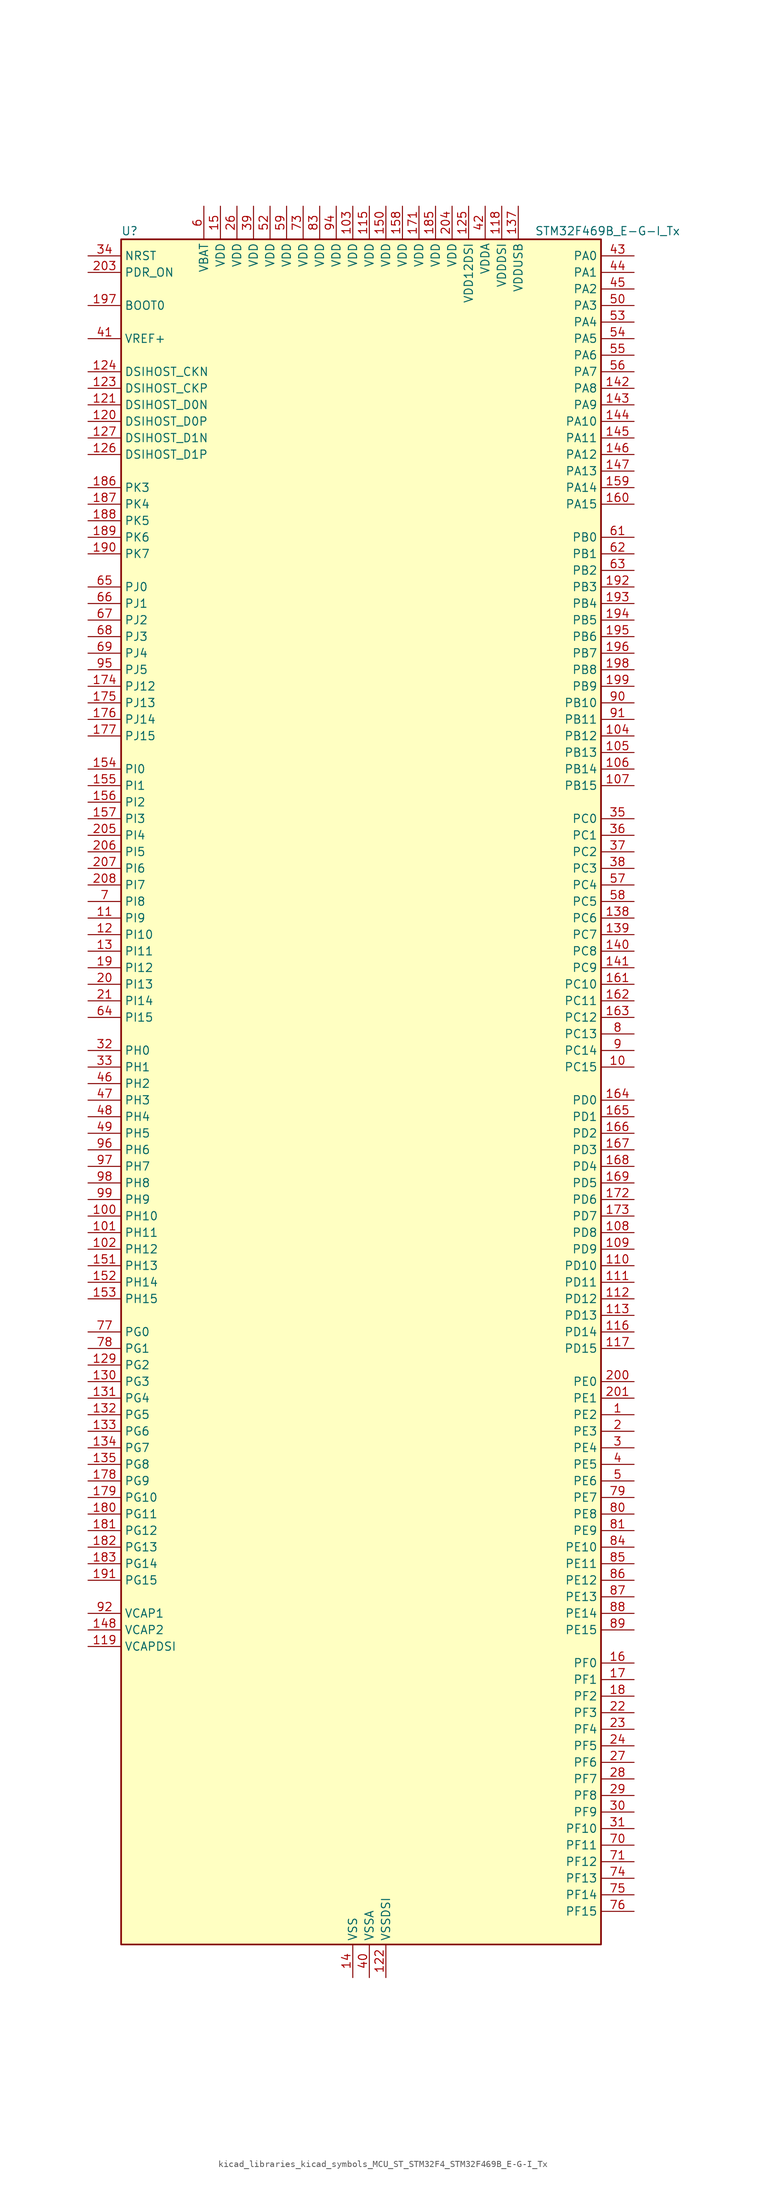
<source format=kicad_sym>
(kicad_symbol_lib
  (version 20220914)
  (generator kicad_symbol_editor)
  (symbol "kicad_libraries_kicad_symbols_MCU_ST_STM32F4_STM32F469B_E-G-I_Tx"
    (property "Reference" "U"
      (at -35.56 133.35 0)
      (effects (font (size 1.27 1.27)) (justify left)))
    (property "Value" "STM32F469B_E-G-I_Tx"
      (at 27.94 133.35 0)
      (effects (font (size 1.27 1.27)) (justify left)))
    (property "ki_locked" ""
      (at 0 0 0)
      (effects (font (size 1.27 1.27))))
    (symbol "kicad_libraries_kicad_symbols_MCU_ST_STM32F4_STM32F469B_E-G-I_Tx_0_1"
      (rectangle (start -35.56 -129.54) (end 38.1 132.08) (stroke (width 0.254) (type default)) (fill (type background))))
    (symbol "kicad_libraries_kicad_symbols_MCU_ST_STM32F4_STM32F469B_E-G-I_Tx_1_1"
      (pin bidirectional line (at 43.18 -48.26 180) (length 5.08) (name "PE2" (effects (font (size 1.27 1.27)))) (number "1" (effects (font (size 1.27 1.27)))) (alternate "ETH_TXD3" bidirectional line) (alternate "FMC_A23" bidirectional line) (alternate "QUADSPI_BK1_IO2" bidirectional line) (alternate "SAI1_MCLK_A" bidirectional line) (alternate "SPI4_SCK" bidirectional line) (alternate "SYS_TRACECLK" bidirectional line))
      (pin bidirectional line (at 43.18 5.08 180) (length 5.08) (name "PC15" (effects (font (size 1.27 1.27)))) (number "10" (effects (font (size 1.27 1.27)))) (alternate "ADC1_EXTI15" bidirectional line) (alternate "ADC2_EXTI15" bidirectional line) (alternate "ADC3_EXTI15" bidirectional line) (alternate "RCC_OSC32_OUT" bidirectional line))
      (pin bidirectional line (at -40.64 -17.78 0) (length 5.08) (name "PH10" (effects (font (size 1.27 1.27)))) (number "100" (effects (font (size 1.27 1.27)))) (alternate "DCMI_D1" bidirectional line) (alternate "FMC_D18" bidirectional line) (alternate "LTDC_R4" bidirectional line) (alternate "TIM5_CH1" bidirectional line))
      (pin bidirectional line (at -40.64 -20.32 0) (length 5.08) (name "PH11" (effects (font (size 1.27 1.27)))) (number "101" (effects (font (size 1.27 1.27)))) (alternate "ADC1_EXTI11" bidirectional line) (alternate "ADC2_EXTI11" bidirectional line) (alternate "ADC3_EXTI11" bidirectional line) (alternate "DCMI_D2" bidirectional line) (alternate "FMC_D19" bidirectional line) (alternate "LTDC_R5" bidirectional line) (alternate "TIM5_CH2" bidirectional line))
      (pin bidirectional line (at -40.64 -22.86 0) (length 5.08) (name "PH12" (effects (font (size 1.27 1.27)))) (number "102" (effects (font (size 1.27 1.27)))) (alternate "DCMI_D3" bidirectional line) (alternate "FMC_D20" bidirectional line) (alternate "LTDC_R6" bidirectional line) (alternate "TIM5_CH3" bidirectional line))
      (pin power_in line (at 0 137.16 270) (length 5.08) (name "VDD" (effects (font (size 1.27 1.27)))) (number "103" (effects (font (size 1.27 1.27)))))
      (pin bidirectional line (at 43.18 55.88 180) (length 5.08) (name "PB12" (effects (font (size 1.27 1.27)))) (number "104" (effects (font (size 1.27 1.27)))) (alternate "CAN2_RX" bidirectional line) (alternate "ETH_TXD0" bidirectional line) (alternate "I2C2_SMBA" bidirectional line) (alternate "I2S2_WS" bidirectional line) (alternate "SPI2_NSS" bidirectional line) (alternate "TIM1_BKIN" bidirectional line) (alternate "USART3_CK" bidirectional line) (alternate "USB_OTG_HS_ID" bidirectional line) (alternate "USB_OTG_HS_ULPI_D5" bidirectional line))
      (pin bidirectional line (at 43.18 53.34 180) (length 5.08) (name "PB13" (effects (font (size 1.27 1.27)))) (number "105" (effects (font (size 1.27 1.27)))) (alternate "CAN2_TX" bidirectional line) (alternate "ETH_TXD1" bidirectional line) (alternate "I2S2_CK" bidirectional line) (alternate "SPI2_SCK" bidirectional line) (alternate "TIM1_CH1N" bidirectional line) (alternate "USART3_CTS" bidirectional line) (alternate "USB_OTG_HS_ULPI_D6" bidirectional line) (alternate "USB_OTG_HS_VBUS" bidirectional line))
      (pin bidirectional line (at 43.18 50.8 180) (length 5.08) (name "PB14" (effects (font (size 1.27 1.27)))) (number "106" (effects (font (size 1.27 1.27)))) (alternate "I2S2_ext_SD" bidirectional line) (alternate "SPI2_MISO" bidirectional line) (alternate "TIM12_CH1" bidirectional line) (alternate "TIM1_CH2N" bidirectional line) (alternate "TIM8_CH2N" bidirectional line) (alternate "USART3_RTS" bidirectional line) (alternate "USB_OTG_HS_DM" bidirectional line))
      (pin bidirectional line (at 43.18 48.26 180) (length 5.08) (name "PB15" (effects (font (size 1.27 1.27)))) (number "107" (effects (font (size 1.27 1.27)))) (alternate "ADC1_EXTI15" bidirectional line) (alternate "ADC2_EXTI15" bidirectional line) (alternate "ADC3_EXTI15" bidirectional line) (alternate "I2S2_SD" bidirectional line) (alternate "RTC_REFIN" bidirectional line) (alternate "SPI2_MOSI" bidirectional line) (alternate "TIM12_CH2" bidirectional line) (alternate "TIM1_CH3N" bidirectional line) (alternate "TIM8_CH3N" bidirectional line) (alternate "USB_OTG_HS_DP" bidirectional line))
      (pin bidirectional line (at 43.18 -20.32 180) (length 5.08) (name "PD8" (effects (font (size 1.27 1.27)))) (number "108" (effects (font (size 1.27 1.27)))) (alternate "FMC_D13" bidirectional line) (alternate "FMC_DA13" bidirectional line) (alternate "USART3_TX" bidirectional line))
      (pin bidirectional line (at 43.18 -22.86 180) (length 5.08) (name "PD9" (effects (font (size 1.27 1.27)))) (number "109" (effects (font (size 1.27 1.27)))) (alternate "DAC_EXTI9" bidirectional line) (alternate "FMC_D14" bidirectional line) (alternate "FMC_DA14" bidirectional line) (alternate "USART3_RX" bidirectional line))
      (pin bidirectional line (at -40.64 27.94 0) (length 5.08) (name "PI9" (effects (font (size 1.27 1.27)))) (number "11" (effects (font (size 1.27 1.27)))) (alternate "CAN1_RX" bidirectional line) (alternate "DAC_EXTI9" bidirectional line) (alternate "FMC_D30" bidirectional line) (alternate "LTDC_VSYNC" bidirectional line))
      (pin bidirectional line (at 43.18 -25.4 180) (length 5.08) (name "PD10" (effects (font (size 1.27 1.27)))) (number "110" (effects (font (size 1.27 1.27)))) (alternate "FMC_D15" bidirectional line) (alternate "FMC_DA15" bidirectional line) (alternate "LTDC_B3" bidirectional line) (alternate "USART3_CK" bidirectional line))
      (pin bidirectional line (at 43.18 -27.94 180) (length 5.08) (name "PD11" (effects (font (size 1.27 1.27)))) (number "111" (effects (font (size 1.27 1.27)))) (alternate "ADC1_EXTI11" bidirectional line) (alternate "ADC2_EXTI11" bidirectional line) (alternate "ADC3_EXTI11" bidirectional line) (alternate "FMC_A16" bidirectional line) (alternate "FMC_CLE" bidirectional line) (alternate "QUADSPI_BK1_IO0" bidirectional line) (alternate "USART3_CTS" bidirectional line))
      (pin bidirectional line (at 43.18 -30.48 180) (length 5.08) (name "PD12" (effects (font (size 1.27 1.27)))) (number "112" (effects (font (size 1.27 1.27)))) (alternate "FMC_A17" bidirectional line) (alternate "FMC_ALE" bidirectional line) (alternate "QUADSPI_BK1_IO1" bidirectional line) (alternate "TIM4_CH1" bidirectional line) (alternate "USART3_RTS" bidirectional line))
      (pin bidirectional line (at 43.18 -33.02 180) (length 5.08) (name "PD13" (effects (font (size 1.27 1.27)))) (number "113" (effects (font (size 1.27 1.27)))) (alternate "FMC_A18" bidirectional line) (alternate "QUADSPI_BK1_IO3" bidirectional line) (alternate "TIM4_CH2" bidirectional line))
      (pin passive line (at 0 -134.62 90) (length 5.08) hide (name "VSS" (effects (font (size 1.27 1.27)))) (number "114" (effects (font (size 1.27 1.27)))))
      (pin power_in line (at 2.54 137.16 270) (length 5.08) (name "VDD" (effects (font (size 1.27 1.27)))) (number "115" (effects (font (size 1.27 1.27)))))
      (pin bidirectional line (at 43.18 -35.56 180) (length 5.08) (name "PD14" (effects (font (size 1.27 1.27)))) (number "116" (effects (font (size 1.27 1.27)))) (alternate "FMC_D0" bidirectional line) (alternate "FMC_DA0" bidirectional line) (alternate "TIM4_CH3" bidirectional line))
      (pin bidirectional line (at 43.18 -38.1 180) (length 5.08) (name "PD15" (effects (font (size 1.27 1.27)))) (number "117" (effects (font (size 1.27 1.27)))) (alternate "ADC1_EXTI15" bidirectional line) (alternate "ADC2_EXTI15" bidirectional line) (alternate "ADC3_EXTI15" bidirectional line) (alternate "FMC_D1" bidirectional line) (alternate "FMC_DA1" bidirectional line) (alternate "TIM4_CH4" bidirectional line))
      (pin power_in line (at 22.86 137.16 270) (length 5.08) (name "VDDDSI" (effects (font (size 1.27 1.27)))) (number "118" (effects (font (size 1.27 1.27)))))
      (pin power_out line (at -40.64 -83.82 0) (length 5.08) (name "VCAPDSI" (effects (font (size 1.27 1.27)))) (number "119" (effects (font (size 1.27 1.27)))))
      (pin bidirectional line (at -40.64 25.4 0) (length 5.08) (name "PI10" (effects (font (size 1.27 1.27)))) (number "12" (effects (font (size 1.27 1.27)))) (alternate "ETH_RX_ER" bidirectional line) (alternate "FMC_D31" bidirectional line) (alternate "LTDC_HSYNC" bidirectional line))
      (pin bidirectional line (at -40.64 104.14 0) (length 5.08) (name "DSIHOST_D0P" (effects (font (size 1.27 1.27)))) (number "120" (effects (font (size 1.27 1.27)))) (alternate "DSIHOST_D0P" bidirectional line))
      (pin bidirectional line (at -40.64 106.68 0) (length 5.08) (name "DSIHOST_D0N" (effects (font (size 1.27 1.27)))) (number "121" (effects (font (size 1.27 1.27)))) (alternate "DSIHOST_D0N" bidirectional line))
      (pin power_in line (at 5.08 -134.62 90) (length 5.08) (name "VSSDSI" (effects (font (size 1.27 1.27)))) (number "122" (effects (font (size 1.27 1.27)))))
      (pin bidirectional line (at -40.64 109.22 0) (length 5.08) (name "DSIHOST_CKP" (effects (font (size 1.27 1.27)))) (number "123" (effects (font (size 1.27 1.27)))) (alternate "DSIHOST_CKP" bidirectional line))
      (pin bidirectional line (at -40.64 111.76 0) (length 5.08) (name "DSIHOST_CKN" (effects (font (size 1.27 1.27)))) (number "124" (effects (font (size 1.27 1.27)))) (alternate "DSIHOST_CKN" bidirectional line))
      (pin power_in line (at 17.78 137.16 270) (length 5.08) (name "VDD12DSI" (effects (font (size 1.27 1.27)))) (number "125" (effects (font (size 1.27 1.27)))))
      (pin bidirectional line (at -40.64 99.06 0) (length 5.08) (name "DSIHOST_D1P" (effects (font (size 1.27 1.27)))) (number "126" (effects (font (size 1.27 1.27)))) (alternate "DSIHOST_D1P" bidirectional line))
      (pin bidirectional line (at -40.64 101.6 0) (length 5.08) (name "DSIHOST_D1N" (effects (font (size 1.27 1.27)))) (number "127" (effects (font (size 1.27 1.27)))) (alternate "DSIHOST_D1N" bidirectional line))
      (pin passive line (at 5.08 -134.62 90) (length 5.08) hide (name "VSSDSI" (effects (font (size 1.27 1.27)))) (number "128" (effects (font (size 1.27 1.27)))))
      (pin bidirectional line (at -40.64 -40.64 0) (length 5.08) (name "PG2" (effects (font (size 1.27 1.27)))) (number "129" (effects (font (size 1.27 1.27)))) (alternate "FMC_A12" bidirectional line))
      (pin bidirectional line (at -40.64 22.86 0) (length 5.08) (name "PI11" (effects (font (size 1.27 1.27)))) (number "13" (effects (font (size 1.27 1.27)))) (alternate "ADC1_EXTI11" bidirectional line) (alternate "ADC2_EXTI11" bidirectional line) (alternate "ADC3_EXTI11" bidirectional line) (alternate "LTDC_G6" bidirectional line) (alternate "USB_OTG_HS_ULPI_DIR" bidirectional line))
      (pin bidirectional line (at -40.64 -43.18 0) (length 5.08) (name "PG3" (effects (font (size 1.27 1.27)))) (number "130" (effects (font (size 1.27 1.27)))) (alternate "FMC_A13" bidirectional line))
      (pin bidirectional line (at -40.64 -45.72 0) (length 5.08) (name "PG4" (effects (font (size 1.27 1.27)))) (number "131" (effects (font (size 1.27 1.27)))) (alternate "FMC_A14" bidirectional line) (alternate "FMC_BA0" bidirectional line))
      (pin bidirectional line (at -40.64 -48.26 0) (length 5.08) (name "PG5" (effects (font (size 1.27 1.27)))) (number "132" (effects (font (size 1.27 1.27)))) (alternate "FMC_A15" bidirectional line) (alternate "FMC_BA1" bidirectional line))
      (pin bidirectional line (at -40.64 -50.8 0) (length 5.08) (name "PG6" (effects (font (size 1.27 1.27)))) (number "133" (effects (font (size 1.27 1.27)))) (alternate "DCMI_D12" bidirectional line) (alternate "LTDC_R7" bidirectional line))
      (pin bidirectional line (at -40.64 -53.34 0) (length 5.08) (name "PG7" (effects (font (size 1.27 1.27)))) (number "134" (effects (font (size 1.27 1.27)))) (alternate "DCMI_D13" bidirectional line) (alternate "FMC_INT" bidirectional line) (alternate "LTDC_CLK" bidirectional line) (alternate "SAI1_MCLK_A" bidirectional line) (alternate "USART6_CK" bidirectional line))
      (pin bidirectional line (at -40.64 -55.88 0) (length 5.08) (name "PG8" (effects (font (size 1.27 1.27)))) (number "135" (effects (font (size 1.27 1.27)))) (alternate "ETH_PPS_OUT" bidirectional line) (alternate "FMC_SDCLK" bidirectional line) (alternate "LTDC_G7" bidirectional line) (alternate "SPI6_NSS" bidirectional line) (alternate "USART6_RTS" bidirectional line))
      (pin passive line (at 0 -134.62 90) (length 5.08) hide (name "VSS" (effects (font (size 1.27 1.27)))) (number "136" (effects (font (size 1.27 1.27)))))
      (pin power_in line (at 25.4 137.16 270) (length 5.08) (name "VDDUSB" (effects (font (size 1.27 1.27)))) (number "137" (effects (font (size 1.27 1.27)))))
      (pin bidirectional line (at 43.18 27.94 180) (length 5.08) (name "PC6" (effects (font (size 1.27 1.27)))) (number "138" (effects (font (size 1.27 1.27)))) (alternate "DCMI_D0" bidirectional line) (alternate "I2S2_MCK" bidirectional line) (alternate "LTDC_HSYNC" bidirectional line) (alternate "SDIO_D6" bidirectional line) (alternate "TIM3_CH1" bidirectional line) (alternate "TIM8_CH1" bidirectional line) (alternate "USART6_TX" bidirectional line))
      (pin bidirectional line (at 43.18 25.4 180) (length 5.08) (name "PC7" (effects (font (size 1.27 1.27)))) (number "139" (effects (font (size 1.27 1.27)))) (alternate "DCMI_D1" bidirectional line) (alternate "I2S3_MCK" bidirectional line) (alternate "LTDC_G6" bidirectional line) (alternate "SDIO_D7" bidirectional line) (alternate "TIM3_CH2" bidirectional line) (alternate "TIM8_CH2" bidirectional line) (alternate "USART6_RX" bidirectional line))
      (pin power_in line (at 0 -134.62 90) (length 5.08) (name "VSS" (effects (font (size 1.27 1.27)))) (number "14" (effects (font (size 1.27 1.27)))))
      (pin bidirectional line (at 43.18 22.86 180) (length 5.08) (name "PC8" (effects (font (size 1.27 1.27)))) (number "140" (effects (font (size 1.27 1.27)))) (alternate "DCMI_D2" bidirectional line) (alternate "SDIO_D0" bidirectional line) (alternate "SYS_TRACED1" bidirectional line) (alternate "TIM3_CH3" bidirectional line) (alternate "TIM8_CH3" bidirectional line) (alternate "USART6_CK" bidirectional line))
      (pin bidirectional line (at 43.18 20.32 180) (length 5.08) (name "PC9" (effects (font (size 1.27 1.27)))) (number "141" (effects (font (size 1.27 1.27)))) (alternate "DAC_EXTI9" bidirectional line) (alternate "DCMI_D3" bidirectional line) (alternate "I2C3_SDA" bidirectional line) (alternate "I2S_CKIN" bidirectional line) (alternate "QUADSPI_BK1_IO0" bidirectional line) (alternate "RCC_MCO_2" bidirectional line) (alternate "SDIO_D1" bidirectional line) (alternate "TIM3_CH4" bidirectional line) (alternate "TIM8_CH4" bidirectional line))
      (pin bidirectional line (at 43.18 109.22 180) (length 5.08) (name "PA8" (effects (font (size 1.27 1.27)))) (number "142" (effects (font (size 1.27 1.27)))) (alternate "I2C3_SCL" bidirectional line) (alternate "LTDC_R6" bidirectional line) (alternate "RCC_MCO_1" bidirectional line) (alternate "TIM1_CH1" bidirectional line) (alternate "USART1_CK" bidirectional line) (alternate "USB_OTG_FS_SOF" bidirectional line))
      (pin bidirectional line (at 43.18 106.68 180) (length 5.08) (name "PA9" (effects (font (size 1.27 1.27)))) (number "143" (effects (font (size 1.27 1.27)))) (alternate "DAC_EXTI9" bidirectional line) (alternate "DCMI_D0" bidirectional line) (alternate "I2C3_SMBA" bidirectional line) (alternate "I2S2_CK" bidirectional line) (alternate "SPI2_SCK" bidirectional line) (alternate "TIM1_CH2" bidirectional line) (alternate "USART1_TX" bidirectional line) (alternate "USB_OTG_FS_VBUS" bidirectional line))
      (pin bidirectional line (at 43.18 104.14 180) (length 5.08) (name "PA10" (effects (font (size 1.27 1.27)))) (number "144" (effects (font (size 1.27 1.27)))) (alternate "DCMI_D1" bidirectional line) (alternate "TIM1_CH3" bidirectional line) (alternate "USART1_RX" bidirectional line) (alternate "USB_OTG_FS_ID" bidirectional line))
      (pin bidirectional line (at 43.18 101.6 180) (length 5.08) (name "PA11" (effects (font (size 1.27 1.27)))) (number "145" (effects (font (size 1.27 1.27)))) (alternate "ADC1_EXTI11" bidirectional line) (alternate "ADC2_EXTI11" bidirectional line) (alternate "ADC3_EXTI11" bidirectional line) (alternate "CAN1_RX" bidirectional line) (alternate "LTDC_R4" bidirectional line) (alternate "TIM1_CH4" bidirectional line) (alternate "USART1_CTS" bidirectional line) (alternate "USB_OTG_FS_DM" bidirectional line))
      (pin bidirectional line (at 43.18 99.06 180) (length 5.08) (name "PA12" (effects (font (size 1.27 1.27)))) (number "146" (effects (font (size 1.27 1.27)))) (alternate "CAN1_TX" bidirectional line) (alternate "LTDC_R5" bidirectional line) (alternate "TIM1_ETR" bidirectional line) (alternate "USART1_RTS" bidirectional line) (alternate "USB_OTG_FS_DP" bidirectional line))
      (pin bidirectional line (at 43.18 96.52 180) (length 5.08) (name "PA13" (effects (font (size 1.27 1.27)))) (number "147" (effects (font (size 1.27 1.27)))) (alternate "SYS_JTMS-SWDIO" bidirectional line))
      (pin power_out line (at -40.64 -81.28 0) (length 5.08) (name "VCAP2" (effects (font (size 1.27 1.27)))) (number "148" (effects (font (size 1.27 1.27)))))
      (pin passive line (at 0 -134.62 90) (length 5.08) hide (name "VSS" (effects (font (size 1.27 1.27)))) (number "149" (effects (font (size 1.27 1.27)))))
      (pin power_in line (at -20.32 137.16 270) (length 5.08) (name "VDD" (effects (font (size 1.27 1.27)))) (number "15" (effects (font (size 1.27 1.27)))))
      (pin power_in line (at 5.08 137.16 270) (length 5.08) (name "VDD" (effects (font (size 1.27 1.27)))) (number "150" (effects (font (size 1.27 1.27)))))
      (pin bidirectional line (at -40.64 -25.4 0) (length 5.08) (name "PH13" (effects (font (size 1.27 1.27)))) (number "151" (effects (font (size 1.27 1.27)))) (alternate "CAN1_TX" bidirectional line) (alternate "FMC_D21" bidirectional line) (alternate "LTDC_G2" bidirectional line) (alternate "TIM8_CH1N" bidirectional line))
      (pin bidirectional line (at -40.64 -27.94 0) (length 5.08) (name "PH14" (effects (font (size 1.27 1.27)))) (number "152" (effects (font (size 1.27 1.27)))) (alternate "DCMI_D4" bidirectional line) (alternate "FMC_D22" bidirectional line) (alternate "LTDC_G3" bidirectional line) (alternate "TIM8_CH2N" bidirectional line))
      (pin bidirectional line (at -40.64 -30.48 0) (length 5.08) (name "PH15" (effects (font (size 1.27 1.27)))) (number "153" (effects (font (size 1.27 1.27)))) (alternate "ADC1_EXTI15" bidirectional line) (alternate "ADC2_EXTI15" bidirectional line) (alternate "ADC3_EXTI15" bidirectional line) (alternate "DCMI_D11" bidirectional line) (alternate "FMC_D23" bidirectional line) (alternate "LTDC_G4" bidirectional line) (alternate "TIM8_CH3N" bidirectional line))
      (pin bidirectional line (at -40.64 50.8 0) (length 5.08) (name "PI0" (effects (font (size 1.27 1.27)))) (number "154" (effects (font (size 1.27 1.27)))) (alternate "DCMI_D13" bidirectional line) (alternate "FMC_D24" bidirectional line) (alternate "I2S2_WS" bidirectional line) (alternate "LTDC_G5" bidirectional line) (alternate "SPI2_NSS" bidirectional line) (alternate "TIM5_CH4" bidirectional line))
      (pin bidirectional line (at -40.64 48.26 0) (length 5.08) (name "PI1" (effects (font (size 1.27 1.27)))) (number "155" (effects (font (size 1.27 1.27)))) (alternate "DCMI_D8" bidirectional line) (alternate "FMC_D25" bidirectional line) (alternate "I2S2_CK" bidirectional line) (alternate "LTDC_G6" bidirectional line) (alternate "SPI2_SCK" bidirectional line))
      (pin bidirectional line (at -40.64 45.72 0) (length 5.08) (name "PI2" (effects (font (size 1.27 1.27)))) (number "156" (effects (font (size 1.27 1.27)))) (alternate "DCMI_D9" bidirectional line) (alternate "FMC_D26" bidirectional line) (alternate "I2S2_ext_SD" bidirectional line) (alternate "LTDC_G7" bidirectional line) (alternate "SPI2_MISO" bidirectional line) (alternate "TIM8_CH4" bidirectional line))
      (pin bidirectional line (at -40.64 43.18 0) (length 5.08) (name "PI3" (effects (font (size 1.27 1.27)))) (number "157" (effects (font (size 1.27 1.27)))) (alternate "DCMI_D10" bidirectional line) (alternate "FMC_D27" bidirectional line) (alternate "I2S2_SD" bidirectional line) (alternate "SPI2_MOSI" bidirectional line) (alternate "TIM8_ETR" bidirectional line))
      (pin power_in line (at 7.62 137.16 270) (length 5.08) (name "VDD" (effects (font (size 1.27 1.27)))) (number "158" (effects (font (size 1.27 1.27)))))
      (pin bidirectional line (at 43.18 93.98 180) (length 5.08) (name "PA14" (effects (font (size 1.27 1.27)))) (number "159" (effects (font (size 1.27 1.27)))) (alternate "SYS_JTCK-SWCLK" bidirectional line))
      (pin bidirectional line (at 43.18 -86.36 180) (length 5.08) (name "PF0" (effects (font (size 1.27 1.27)))) (number "16" (effects (font (size 1.27 1.27)))) (alternate "FMC_A0" bidirectional line) (alternate "I2C2_SDA" bidirectional line))
      (pin bidirectional line (at 43.18 91.44 180) (length 5.08) (name "PA15" (effects (font (size 1.27 1.27)))) (number "160" (effects (font (size 1.27 1.27)))) (alternate "ADC1_EXTI15" bidirectional line) (alternate "ADC2_EXTI15" bidirectional line) (alternate "ADC3_EXTI15" bidirectional line) (alternate "I2S3_WS" bidirectional line) (alternate "SPI1_NSS" bidirectional line) (alternate "SPI3_NSS" bidirectional line) (alternate "SYS_JTDI" bidirectional line) (alternate "TIM2_CH1" bidirectional line) (alternate "TIM2_ETR" bidirectional line))
      (pin bidirectional line (at 43.18 17.78 180) (length 5.08) (name "PC10" (effects (font (size 1.27 1.27)))) (number "161" (effects (font (size 1.27 1.27)))) (alternate "DCMI_D8" bidirectional line) (alternate "I2S3_CK" bidirectional line) (alternate "LTDC_R2" bidirectional line) (alternate "QUADSPI_BK1_IO1" bidirectional line) (alternate "SDIO_D2" bidirectional line) (alternate "SPI3_SCK" bidirectional line) (alternate "UART4_TX" bidirectional line) (alternate "USART3_TX" bidirectional line))
      (pin bidirectional line (at 43.18 15.24 180) (length 5.08) (name "PC11" (effects (font (size 1.27 1.27)))) (number "162" (effects (font (size 1.27 1.27)))) (alternate "ADC1_EXTI11" bidirectional line) (alternate "ADC2_EXTI11" bidirectional line) (alternate "ADC3_EXTI11" bidirectional line) (alternate "DCMI_D4" bidirectional line) (alternate "I2S3_ext_SD" bidirectional line) (alternate "QUADSPI_BK2_NCS" bidirectional line) (alternate "SDIO_D3" bidirectional line) (alternate "SPI3_MISO" bidirectional line) (alternate "UART4_RX" bidirectional line) (alternate "USART3_RX" bidirectional line))
      (pin bidirectional line (at 43.18 12.7 180) (length 5.08) (name "PC12" (effects (font (size 1.27 1.27)))) (number "163" (effects (font (size 1.27 1.27)))) (alternate "DCMI_D9" bidirectional line) (alternate "I2S3_SD" bidirectional line) (alternate "SDIO_CK" bidirectional line) (alternate "SPI3_MOSI" bidirectional line) (alternate "SYS_TRACED3" bidirectional line) (alternate "UART5_TX" bidirectional line) (alternate "USART3_CK" bidirectional line))
      (pin bidirectional line (at 43.18 0 180) (length 5.08) (name "PD0" (effects (font (size 1.27 1.27)))) (number "164" (effects (font (size 1.27 1.27)))) (alternate "CAN1_RX" bidirectional line) (alternate "FMC_D2" bidirectional line) (alternate "FMC_DA2" bidirectional line))
      (pin bidirectional line (at 43.18 -2.54 180) (length 5.08) (name "PD1" (effects (font (size 1.27 1.27)))) (number "165" (effects (font (size 1.27 1.27)))) (alternate "CAN1_TX" bidirectional line) (alternate "FMC_D3" bidirectional line) (alternate "FMC_DA3" bidirectional line))
      (pin bidirectional line (at 43.18 -5.08 180) (length 5.08) (name "PD2" (effects (font (size 1.27 1.27)))) (number "166" (effects (font (size 1.27 1.27)))) (alternate "DCMI_D11" bidirectional line) (alternate "SDIO_CMD" bidirectional line) (alternate "SYS_TRACED2" bidirectional line) (alternate "TIM3_ETR" bidirectional line) (alternate "UART5_RX" bidirectional line))
      (pin bidirectional line (at 43.18 -7.62 180) (length 5.08) (name "PD3" (effects (font (size 1.27 1.27)))) (number "167" (effects (font (size 1.27 1.27)))) (alternate "DCMI_D5" bidirectional line) (alternate "FMC_CLK" bidirectional line) (alternate "I2S2_CK" bidirectional line) (alternate "LTDC_G7" bidirectional line) (alternate "SPI2_SCK" bidirectional line) (alternate "USART2_CTS" bidirectional line))
      (pin bidirectional line (at 43.18 -10.16 180) (length 5.08) (name "PD4" (effects (font (size 1.27 1.27)))) (number "168" (effects (font (size 1.27 1.27)))) (alternate "FMC_NOE" bidirectional line) (alternate "USART2_RTS" bidirectional line))
      (pin bidirectional line (at 43.18 -12.7 180) (length 5.08) (name "PD5" (effects (font (size 1.27 1.27)))) (number "169" (effects (font (size 1.27 1.27)))) (alternate "FMC_NWE" bidirectional line) (alternate "USART2_TX" bidirectional line))
      (pin bidirectional line (at 43.18 -88.9 180) (length 5.08) (name "PF1" (effects (font (size 1.27 1.27)))) (number "17" (effects (font (size 1.27 1.27)))) (alternate "FMC_A1" bidirectional line) (alternate "I2C2_SCL" bidirectional line))
      (pin passive line (at 0 -134.62 90) (length 5.08) hide (name "VSS" (effects (font (size 1.27 1.27)))) (number "170" (effects (font (size 1.27 1.27)))))
      (pin power_in line (at 10.16 137.16 270) (length 5.08) (name "VDD" (effects (font (size 1.27 1.27)))) (number "171" (effects (font (size 1.27 1.27)))))
      (pin bidirectional line (at 43.18 -15.24 180) (length 5.08) (name "PD6" (effects (font (size 1.27 1.27)))) (number "172" (effects (font (size 1.27 1.27)))) (alternate "DCMI_D10" bidirectional line) (alternate "FMC_NWAIT" bidirectional line) (alternate "I2S3_SD" bidirectional line) (alternate "LTDC_B2" bidirectional line) (alternate "SAI1_SD_A" bidirectional line) (alternate "SPI3_MOSI" bidirectional line) (alternate "USART2_RX" bidirectional line))
      (pin bidirectional line (at 43.18 -17.78 180) (length 5.08) (name "PD7" (effects (font (size 1.27 1.27)))) (number "173" (effects (font (size 1.27 1.27)))) (alternate "FMC_NE1" bidirectional line) (alternate "USART2_CK" bidirectional line))
      (pin bidirectional line (at -40.64 63.5 0) (length 5.08) (name "PJ12" (effects (font (size 1.27 1.27)))) (number "174" (effects (font (size 1.27 1.27)))) (alternate "LTDC_B0" bidirectional line) (alternate "LTDC_G3" bidirectional line))
      (pin bidirectional line (at -40.64 60.96 0) (length 5.08) (name "PJ13" (effects (font (size 1.27 1.27)))) (number "175" (effects (font (size 1.27 1.27)))) (alternate "LTDC_B1" bidirectional line) (alternate "LTDC_G4" bidirectional line))
      (pin bidirectional line (at -40.64 58.42 0) (length 5.08) (name "PJ14" (effects (font (size 1.27 1.27)))) (number "176" (effects (font (size 1.27 1.27)))) (alternate "LTDC_B2" bidirectional line))
      (pin bidirectional line (at -40.64 55.88 0) (length 5.08) (name "PJ15" (effects (font (size 1.27 1.27)))) (number "177" (effects (font (size 1.27 1.27)))) (alternate "ADC1_EXTI15" bidirectional line) (alternate "ADC2_EXTI15" bidirectional line) (alternate "ADC3_EXTI15" bidirectional line) (alternate "LTDC_B3" bidirectional line))
      (pin bidirectional line (at -40.64 -58.42 0) (length 5.08) (name "PG9" (effects (font (size 1.27 1.27)))) (number "178" (effects (font (size 1.27 1.27)))) (alternate "DAC_EXTI9" bidirectional line) (alternate "DCMI_VSYNC" bidirectional line) (alternate "FMC_NCE" bidirectional line) (alternate "FMC_NE2" bidirectional line) (alternate "QUADSPI_BK2_IO2" bidirectional line) (alternate "USART6_RX" bidirectional line))
      (pin bidirectional line (at -40.64 -60.96 0) (length 5.08) (name "PG10" (effects (font (size 1.27 1.27)))) (number "179" (effects (font (size 1.27 1.27)))) (alternate "DCMI_D2" bidirectional line) (alternate "FMC_NE3" bidirectional line) (alternate "LTDC_B2" bidirectional line) (alternate "LTDC_G3" bidirectional line))
      (pin bidirectional line (at 43.18 -91.44 180) (length 5.08) (name "PF2" (effects (font (size 1.27 1.27)))) (number "18" (effects (font (size 1.27 1.27)))) (alternate "FMC_A2" bidirectional line) (alternate "I2C2_SMBA" bidirectional line))
      (pin bidirectional line (at -40.64 -63.5 0) (length 5.08) (name "PG11" (effects (font (size 1.27 1.27)))) (number "180" (effects (font (size 1.27 1.27)))) (alternate "ADC1_EXTI11" bidirectional line) (alternate "ADC2_EXTI11" bidirectional line) (alternate "ADC3_EXTI11" bidirectional line) (alternate "DCMI_D3" bidirectional line) (alternate "ETH_TX_EN" bidirectional line) (alternate "LTDC_B3" bidirectional line))
      (pin bidirectional line (at -40.64 -66.04 0) (length 5.08) (name "PG12" (effects (font (size 1.27 1.27)))) (number "181" (effects (font (size 1.27 1.27)))) (alternate "FMC_NE4" bidirectional line) (alternate "LTDC_B1" bidirectional line) (alternate "LTDC_B4" bidirectional line) (alternate "SPI6_MISO" bidirectional line) (alternate "USART6_RTS" bidirectional line))
      (pin bidirectional line (at -40.64 -68.58 0) (length 5.08) (name "PG13" (effects (font (size 1.27 1.27)))) (number "182" (effects (font (size 1.27 1.27)))) (alternate "ETH_TXD0" bidirectional line) (alternate "FMC_A24" bidirectional line) (alternate "LTDC_R0" bidirectional line) (alternate "SPI6_SCK" bidirectional line) (alternate "SYS_TRACED0" bidirectional line) (alternate "USART6_CTS" bidirectional line))
      (pin bidirectional line (at -40.64 -71.12 0) (length 5.08) (name "PG14" (effects (font (size 1.27 1.27)))) (number "183" (effects (font (size 1.27 1.27)))) (alternate "ETH_TXD1" bidirectional line) (alternate "FMC_A25" bidirectional line) (alternate "LTDC_B0" bidirectional line) (alternate "QUADSPI_BK2_IO3" bidirectional line) (alternate "SPI6_MOSI" bidirectional line) (alternate "SYS_TRACED1" bidirectional line) (alternate "USART6_TX" bidirectional line))
      (pin passive line (at 0 -134.62 90) (length 5.08) hide (name "VSS" (effects (font (size 1.27 1.27)))) (number "184" (effects (font (size 1.27 1.27)))))
      (pin power_in line (at 12.7 137.16 270) (length 5.08) (name "VDD" (effects (font (size 1.27 1.27)))) (number "185" (effects (font (size 1.27 1.27)))))
      (pin bidirectional line (at -40.64 93.98 0) (length 5.08) (name "PK3" (effects (font (size 1.27 1.27)))) (number "186" (effects (font (size 1.27 1.27)))) (alternate "LTDC_B4" bidirectional line))
      (pin bidirectional line (at -40.64 91.44 0) (length 5.08) (name "PK4" (effects (font (size 1.27 1.27)))) (number "187" (effects (font (size 1.27 1.27)))) (alternate "LTDC_B5" bidirectional line))
      (pin bidirectional line (at -40.64 88.9 0) (length 5.08) (name "PK5" (effects (font (size 1.27 1.27)))) (number "188" (effects (font (size 1.27 1.27)))) (alternate "LTDC_B6" bidirectional line))
      (pin bidirectional line (at -40.64 86.36 0) (length 5.08) (name "PK6" (effects (font (size 1.27 1.27)))) (number "189" (effects (font (size 1.27 1.27)))) (alternate "LTDC_B7" bidirectional line))
      (pin bidirectional line (at -40.64 20.32 0) (length 5.08) (name "PI12" (effects (font (size 1.27 1.27)))) (number "19" (effects (font (size 1.27 1.27)))) (alternate "LTDC_HSYNC" bidirectional line))
      (pin bidirectional line (at -40.64 83.82 0) (length 5.08) (name "PK7" (effects (font (size 1.27 1.27)))) (number "190" (effects (font (size 1.27 1.27)))) (alternate "LTDC_DE" bidirectional line))
      (pin bidirectional line (at -40.64 -73.66 0) (length 5.08) (name "PG15" (effects (font (size 1.27 1.27)))) (number "191" (effects (font (size 1.27 1.27)))) (alternate "ADC1_EXTI15" bidirectional line) (alternate "ADC2_EXTI15" bidirectional line) (alternate "ADC3_EXTI15" bidirectional line) (alternate "DCMI_D13" bidirectional line) (alternate "FMC_SDNCAS" bidirectional line) (alternate "USART6_CTS" bidirectional line))
      (pin bidirectional line (at 43.18 78.74 180) (length 5.08) (name "PB3" (effects (font (size 1.27 1.27)))) (number "192" (effects (font (size 1.27 1.27)))) (alternate "I2S3_CK" bidirectional line) (alternate "SPI1_SCK" bidirectional line) (alternate "SPI3_SCK" bidirectional line) (alternate "SYS_JTDO-SWO" bidirectional line) (alternate "TIM2_CH2" bidirectional line))
      (pin bidirectional line (at 43.18 76.2 180) (length 5.08) (name "PB4" (effects (font (size 1.27 1.27)))) (number "193" (effects (font (size 1.27 1.27)))) (alternate "I2S3_ext_SD" bidirectional line) (alternate "SPI1_MISO" bidirectional line) (alternate "SPI3_MISO" bidirectional line) (alternate "SYS_JTRST" bidirectional line) (alternate "TIM3_CH1" bidirectional line))
      (pin bidirectional line (at 43.18 73.66 180) (length 5.08) (name "PB5" (effects (font (size 1.27 1.27)))) (number "194" (effects (font (size 1.27 1.27)))) (alternate "CAN2_RX" bidirectional line) (alternate "DCMI_D10" bidirectional line) (alternate "ETH_PPS_OUT" bidirectional line) (alternate "FMC_SDCKE1" bidirectional line) (alternate "I2C1_SMBA" bidirectional line) (alternate "I2S3_SD" bidirectional line) (alternate "LTDC_G7" bidirectional line) (alternate "SPI1_MOSI" bidirectional line) (alternate "SPI3_MOSI" bidirectional line) (alternate "TIM3_CH2" bidirectional line) (alternate "USB_OTG_HS_ULPI_D7" bidirectional line))
      (pin bidirectional line (at 43.18 71.12 180) (length 5.08) (name "PB6" (effects (font (size 1.27 1.27)))) (number "195" (effects (font (size 1.27 1.27)))) (alternate "CAN2_TX" bidirectional line) (alternate "DCMI_D5" bidirectional line) (alternate "FMC_SDNE1" bidirectional line) (alternate "I2C1_SCL" bidirectional line) (alternate "QUADSPI_BK1_NCS" bidirectional line) (alternate "TIM4_CH1" bidirectional line) (alternate "USART1_TX" bidirectional line))
      (pin bidirectional line (at 43.18 68.58 180) (length 5.08) (name "PB7" (effects (font (size 1.27 1.27)))) (number "196" (effects (font (size 1.27 1.27)))) (alternate "DCMI_VSYNC" bidirectional line) (alternate "FMC_NL" bidirectional line) (alternate "I2C1_SDA" bidirectional line) (alternate "TIM4_CH2" bidirectional line) (alternate "USART1_RX" bidirectional line))
      (pin input line (at -40.64 121.92 0) (length 5.08) (name "BOOT0" (effects (font (size 1.27 1.27)))) (number "197" (effects (font (size 1.27 1.27)))))
      (pin bidirectional line (at 43.18 66.04 180) (length 5.08) (name "PB8" (effects (font (size 1.27 1.27)))) (number "198" (effects (font (size 1.27 1.27)))) (alternate "CAN1_RX" bidirectional line) (alternate "DCMI_D6" bidirectional line) (alternate "ETH_TXD3" bidirectional line) (alternate "I2C1_SCL" bidirectional line) (alternate "LTDC_B6" bidirectional line) (alternate "SDIO_D4" bidirectional line) (alternate "TIM10_CH1" bidirectional line) (alternate "TIM4_CH3" bidirectional line))
      (pin bidirectional line (at 43.18 63.5 180) (length 5.08) (name "PB9" (effects (font (size 1.27 1.27)))) (number "199" (effects (font (size 1.27 1.27)))) (alternate "CAN1_TX" bidirectional line) (alternate "DAC_EXTI9" bidirectional line) (alternate "DCMI_D7" bidirectional line) (alternate "I2C1_SDA" bidirectional line) (alternate "I2S2_WS" bidirectional line) (alternate "LTDC_B7" bidirectional line) (alternate "SDIO_D5" bidirectional line) (alternate "SPI2_NSS" bidirectional line) (alternate "TIM11_CH1" bidirectional line) (alternate "TIM4_CH4" bidirectional line))
      (pin bidirectional line (at 43.18 -50.8 180) (length 5.08) (name "PE3" (effects (font (size 1.27 1.27)))) (number "2" (effects (font (size 1.27 1.27)))) (alternate "FMC_A19" bidirectional line) (alternate "SAI1_SD_B" bidirectional line) (alternate "SYS_TRACED0" bidirectional line))
      (pin bidirectional line (at -40.64 17.78 0) (length 5.08) (name "PI13" (effects (font (size 1.27 1.27)))) (number "20" (effects (font (size 1.27 1.27)))) (alternate "LTDC_VSYNC" bidirectional line))
      (pin bidirectional line (at 43.18 -43.18 180) (length 5.08) (name "PE0" (effects (font (size 1.27 1.27)))) (number "200" (effects (font (size 1.27 1.27)))) (alternate "DCMI_D2" bidirectional line) (alternate "FMC_NBL0" bidirectional line) (alternate "TIM4_ETR" bidirectional line) (alternate "UART8_RX" bidirectional line))
      (pin bidirectional line (at 43.18 -45.72 180) (length 5.08) (name "PE1" (effects (font (size 1.27 1.27)))) (number "201" (effects (font (size 1.27 1.27)))) (alternate "DCMI_D3" bidirectional line) (alternate "FMC_NBL1" bidirectional line) (alternate "UART8_TX" bidirectional line))
      (pin passive line (at 0 -134.62 90) (length 5.08) hide (name "VSS" (effects (font (size 1.27 1.27)))) (number "202" (effects (font (size 1.27 1.27)))))
      (pin input line (at -40.64 127 0) (length 5.08) (name "PDR_ON" (effects (font (size 1.27 1.27)))) (number "203" (effects (font (size 1.27 1.27)))))
      (pin power_in line (at 15.24 137.16 270) (length 5.08) (name "VDD" (effects (font (size 1.27 1.27)))) (number "204" (effects (font (size 1.27 1.27)))))
      (pin bidirectional line (at -40.64 40.64 0) (length 5.08) (name "PI4" (effects (font (size 1.27 1.27)))) (number "205" (effects (font (size 1.27 1.27)))) (alternate "DCMI_D5" bidirectional line) (alternate "FMC_NBL2" bidirectional line) (alternate "LTDC_B4" bidirectional line) (alternate "TIM8_BKIN" bidirectional line))
      (pin bidirectional line (at -40.64 38.1 0) (length 5.08) (name "PI5" (effects (font (size 1.27 1.27)))) (number "206" (effects (font (size 1.27 1.27)))) (alternate "DCMI_VSYNC" bidirectional line) (alternate "FMC_NBL3" bidirectional line) (alternate "LTDC_B5" bidirectional line) (alternate "TIM8_CH1" bidirectional line))
      (pin bidirectional line (at -40.64 35.56 0) (length 5.08) (name "PI6" (effects (font (size 1.27 1.27)))) (number "207" (effects (font (size 1.27 1.27)))) (alternate "DCMI_D6" bidirectional line) (alternate "FMC_D28" bidirectional line) (alternate "LTDC_B6" bidirectional line) (alternate "TIM8_CH2" bidirectional line))
      (pin bidirectional line (at -40.64 33.02 0) (length 5.08) (name "PI7" (effects (font (size 1.27 1.27)))) (number "208" (effects (font (size 1.27 1.27)))) (alternate "DCMI_D7" bidirectional line) (alternate "FMC_D29" bidirectional line) (alternate "LTDC_B7" bidirectional line) (alternate "TIM8_CH3" bidirectional line))
      (pin bidirectional line (at -40.64 15.24 0) (length 5.08) (name "PI14" (effects (font (size 1.27 1.27)))) (number "21" (effects (font (size 1.27 1.27)))) (alternate "LTDC_CLK" bidirectional line))
      (pin bidirectional line (at 43.18 -93.98 180) (length 5.08) (name "PF3" (effects (font (size 1.27 1.27)))) (number "22" (effects (font (size 1.27 1.27)))) (alternate "ADC3_IN9" bidirectional line) (alternate "FMC_A3" bidirectional line))
      (pin bidirectional line (at 43.18 -96.52 180) (length 5.08) (name "PF4" (effects (font (size 1.27 1.27)))) (number "23" (effects (font (size 1.27 1.27)))) (alternate "ADC3_IN14" bidirectional line) (alternate "FMC_A4" bidirectional line))
      (pin bidirectional line (at 43.18 -99.06 180) (length 5.08) (name "PF5" (effects (font (size 1.27 1.27)))) (number "24" (effects (font (size 1.27 1.27)))) (alternate "ADC3_IN15" bidirectional line) (alternate "FMC_A5" bidirectional line))
      (pin passive line (at 0 -134.62 90) (length 5.08) hide (name "VSS" (effects (font (size 1.27 1.27)))) (number "25" (effects (font (size 1.27 1.27)))))
      (pin power_in line (at -17.78 137.16 270) (length 5.08) (name "VDD" (effects (font (size 1.27 1.27)))) (number "26" (effects (font (size 1.27 1.27)))))
      (pin bidirectional line (at 43.18 -101.6 180) (length 5.08) (name "PF6" (effects (font (size 1.27 1.27)))) (number "27" (effects (font (size 1.27 1.27)))) (alternate "ADC3_IN4" bidirectional line) (alternate "QUADSPI_BK1_IO3" bidirectional line) (alternate "SAI1_SD_B" bidirectional line) (alternate "SPI5_NSS" bidirectional line) (alternate "TIM10_CH1" bidirectional line) (alternate "UART7_RX" bidirectional line))
      (pin bidirectional line (at 43.18 -104.14 180) (length 5.08) (name "PF7" (effects (font (size 1.27 1.27)))) (number "28" (effects (font (size 1.27 1.27)))) (alternate "ADC3_IN5" bidirectional line) (alternate "QUADSPI_BK1_IO2" bidirectional line) (alternate "SAI1_MCLK_B" bidirectional line) (alternate "SPI5_SCK" bidirectional line) (alternate "TIM11_CH1" bidirectional line) (alternate "UART7_TX" bidirectional line))
      (pin bidirectional line (at 43.18 -106.68 180) (length 5.08) (name "PF8" (effects (font (size 1.27 1.27)))) (number "29" (effects (font (size 1.27 1.27)))) (alternate "ADC3_IN6" bidirectional line) (alternate "QUADSPI_BK1_IO0" bidirectional line) (alternate "SAI1_SCK_B" bidirectional line) (alternate "SPI5_MISO" bidirectional line) (alternate "TIM13_CH1" bidirectional line))
      (pin bidirectional line (at 43.18 -53.34 180) (length 5.08) (name "PE4" (effects (font (size 1.27 1.27)))) (number "3" (effects (font (size 1.27 1.27)))) (alternate "DCMI_D4" bidirectional line) (alternate "FMC_A20" bidirectional line) (alternate "LTDC_B0" bidirectional line) (alternate "SAI1_FS_A" bidirectional line) (alternate "SPI4_NSS" bidirectional line) (alternate "SYS_TRACED1" bidirectional line))
      (pin bidirectional line (at 43.18 -109.22 180) (length 5.08) (name "PF9" (effects (font (size 1.27 1.27)))) (number "30" (effects (font (size 1.27 1.27)))) (alternate "ADC3_IN7" bidirectional line) (alternate "DAC_EXTI9" bidirectional line) (alternate "QUADSPI_BK1_IO1" bidirectional line) (alternate "SAI1_FS_B" bidirectional line) (alternate "SPI5_MOSI" bidirectional line) (alternate "TIM14_CH1" bidirectional line))
      (pin bidirectional line (at 43.18 -111.76 180) (length 5.08) (name "PF10" (effects (font (size 1.27 1.27)))) (number "31" (effects (font (size 1.27 1.27)))) (alternate "ADC3_IN8" bidirectional line) (alternate "DCMI_D11" bidirectional line) (alternate "LTDC_DE" bidirectional line) (alternate "QUADSPI_CLK" bidirectional line))
      (pin bidirectional line (at -40.64 7.62 0) (length 5.08) (name "PH0" (effects (font (size 1.27 1.27)))) (number "32" (effects (font (size 1.27 1.27)))) (alternate "RCC_OSC_IN" bidirectional line))
      (pin bidirectional line (at -40.64 5.08 0) (length 5.08) (name "PH1" (effects (font (size 1.27 1.27)))) (number "33" (effects (font (size 1.27 1.27)))) (alternate "RCC_OSC_OUT" bidirectional line))
      (pin input line (at -40.64 129.54 0) (length 5.08) (name "NRST" (effects (font (size 1.27 1.27)))) (number "34" (effects (font (size 1.27 1.27)))))
      (pin bidirectional line (at 43.18 43.18 180) (length 5.08) (name "PC0" (effects (font (size 1.27 1.27)))) (number "35" (effects (font (size 1.27 1.27)))) (alternate "ADC1_IN10" bidirectional line) (alternate "ADC2_IN10" bidirectional line) (alternate "ADC3_IN10" bidirectional line) (alternate "FMC_SDNWE" bidirectional line) (alternate "LTDC_R5" bidirectional line) (alternate "USB_OTG_HS_ULPI_STP" bidirectional line))
      (pin bidirectional line (at 43.18 40.64 180) (length 5.08) (name "PC1" (effects (font (size 1.27 1.27)))) (number "36" (effects (font (size 1.27 1.27)))) (alternate "ADC1_IN11" bidirectional line) (alternate "ADC2_IN11" bidirectional line) (alternate "ADC3_IN11" bidirectional line) (alternate "ETH_MDC" bidirectional line) (alternate "I2S2_SD" bidirectional line) (alternate "SAI1_SD_A" bidirectional line) (alternate "SPI2_MOSI" bidirectional line) (alternate "SYS_TRACED0" bidirectional line))
      (pin bidirectional line (at 43.18 38.1 180) (length 5.08) (name "PC2" (effects (font (size 1.27 1.27)))) (number "37" (effects (font (size 1.27 1.27)))) (alternate "ADC1_IN12" bidirectional line) (alternate "ADC2_IN12" bidirectional line) (alternate "ADC3_IN12" bidirectional line) (alternate "ETH_TXD2" bidirectional line) (alternate "FMC_SDNE0" bidirectional line) (alternate "I2S2_ext_SD" bidirectional line) (alternate "SPI2_MISO" bidirectional line) (alternate "USB_OTG_HS_ULPI_DIR" bidirectional line))
      (pin bidirectional line (at 43.18 35.56 180) (length 5.08) (name "PC3" (effects (font (size 1.27 1.27)))) (number "38" (effects (font (size 1.27 1.27)))) (alternate "ADC1_IN13" bidirectional line) (alternate "ADC2_IN13" bidirectional line) (alternate "ADC3_IN13" bidirectional line) (alternate "ETH_TX_CLK" bidirectional line) (alternate "FMC_SDCKE0" bidirectional line) (alternate "I2S2_SD" bidirectional line) (alternate "SPI2_MOSI" bidirectional line) (alternate "USB_OTG_HS_ULPI_NXT" bidirectional line))
      (pin power_in line (at -15.24 137.16 270) (length 5.08) (name "VDD" (effects (font (size 1.27 1.27)))) (number "39" (effects (font (size 1.27 1.27)))))
      (pin bidirectional line (at 43.18 -55.88 180) (length 5.08) (name "PE5" (effects (font (size 1.27 1.27)))) (number "4" (effects (font (size 1.27 1.27)))) (alternate "DCMI_D6" bidirectional line) (alternate "FMC_A21" bidirectional line) (alternate "LTDC_G0" bidirectional line) (alternate "SAI1_SCK_A" bidirectional line) (alternate "SPI4_MISO" bidirectional line) (alternate "SYS_TRACED2" bidirectional line) (alternate "TIM9_CH1" bidirectional line))
      (pin power_in line (at 2.54 -134.62 90) (length 5.08) (name "VSSA" (effects (font (size 1.27 1.27)))) (number "40" (effects (font (size 1.27 1.27)))))
      (pin input line (at -40.64 116.84 0) (length 5.08) (name "VREF+" (effects (font (size 1.27 1.27)))) (number "41" (effects (font (size 1.27 1.27)))))
      (pin power_in line (at 20.32 137.16 270) (length 5.08) (name "VDDA" (effects (font (size 1.27 1.27)))) (number "42" (effects (font (size 1.27 1.27)))))
      (pin bidirectional line (at 43.18 129.54 180) (length 5.08) (name "PA0" (effects (font (size 1.27 1.27)))) (number "43" (effects (font (size 1.27 1.27)))) (alternate "ADC1_IN0" bidirectional line) (alternate "ADC2_IN0" bidirectional line) (alternate "ADC3_IN0" bidirectional line) (alternate "ETH_CRS" bidirectional line) (alternate "SYS_WKUP" bidirectional line) (alternate "TIM2_CH1" bidirectional line) (alternate "TIM2_ETR" bidirectional line) (alternate "TIM5_CH1" bidirectional line) (alternate "TIM8_ETR" bidirectional line) (alternate "UART4_TX" bidirectional line) (alternate "USART2_CTS" bidirectional line))
      (pin bidirectional line (at 43.18 127 180) (length 5.08) (name "PA1" (effects (font (size 1.27 1.27)))) (number "44" (effects (font (size 1.27 1.27)))) (alternate "ADC1_IN1" bidirectional line) (alternate "ADC2_IN1" bidirectional line) (alternate "ADC3_IN1" bidirectional line) (alternate "ETH_REF_CLK" bidirectional line) (alternate "ETH_RX_CLK" bidirectional line) (alternate "LTDC_R2" bidirectional line) (alternate "QUADSPI_BK1_IO3" bidirectional line) (alternate "TIM2_CH2" bidirectional line) (alternate "TIM5_CH2" bidirectional line) (alternate "UART4_RX" bidirectional line) (alternate "USART2_RTS" bidirectional line))
      (pin bidirectional line (at 43.18 124.46 180) (length 5.08) (name "PA2" (effects (font (size 1.27 1.27)))) (number "45" (effects (font (size 1.27 1.27)))) (alternate "ADC1_IN2" bidirectional line) (alternate "ADC2_IN2" bidirectional line) (alternate "ADC3_IN2" bidirectional line) (alternate "ETH_MDIO" bidirectional line) (alternate "LTDC_R1" bidirectional line) (alternate "TIM2_CH3" bidirectional line) (alternate "TIM5_CH3" bidirectional line) (alternate "TIM9_CH1" bidirectional line) (alternate "USART2_TX" bidirectional line))
      (pin bidirectional line (at -40.64 2.54 0) (length 5.08) (name "PH2" (effects (font (size 1.27 1.27)))) (number "46" (effects (font (size 1.27 1.27)))) (alternate "ETH_CRS" bidirectional line) (alternate "FMC_SDCKE0" bidirectional line) (alternate "LTDC_R0" bidirectional line) (alternate "QUADSPI_BK2_IO0" bidirectional line))
      (pin bidirectional line (at -40.64 0 0) (length 5.08) (name "PH3" (effects (font (size 1.27 1.27)))) (number "47" (effects (font (size 1.27 1.27)))) (alternate "ETH_COL" bidirectional line) (alternate "FMC_SDNE0" bidirectional line) (alternate "LTDC_R1" bidirectional line) (alternate "QUADSPI_BK2_IO1" bidirectional line))
      (pin bidirectional line (at -40.64 -2.54 0) (length 5.08) (name "PH4" (effects (font (size 1.27 1.27)))) (number "48" (effects (font (size 1.27 1.27)))) (alternate "I2C2_SCL" bidirectional line) (alternate "LTDC_G4" bidirectional line) (alternate "LTDC_G5" bidirectional line) (alternate "USB_OTG_HS_ULPI_NXT" bidirectional line))
      (pin bidirectional line (at -40.64 -5.08 0) (length 5.08) (name "PH5" (effects (font (size 1.27 1.27)))) (number "49" (effects (font (size 1.27 1.27)))) (alternate "FMC_SDNWE" bidirectional line) (alternate "I2C2_SDA" bidirectional line) (alternate "SPI5_NSS" bidirectional line))
      (pin bidirectional line (at 43.18 -58.42 180) (length 5.08) (name "PE6" (effects (font (size 1.27 1.27)))) (number "5" (effects (font (size 1.27 1.27)))) (alternate "DCMI_D7" bidirectional line) (alternate "FMC_A22" bidirectional line) (alternate "LTDC_G1" bidirectional line) (alternate "SAI1_SD_A" bidirectional line) (alternate "SPI4_MOSI" bidirectional line) (alternate "SYS_TRACED3" bidirectional line) (alternate "TIM9_CH2" bidirectional line))
      (pin bidirectional line (at 43.18 121.92 180) (length 5.08) (name "PA3" (effects (font (size 1.27 1.27)))) (number "50" (effects (font (size 1.27 1.27)))) (alternate "ADC1_IN3" bidirectional line) (alternate "ADC2_IN3" bidirectional line) (alternate "ADC3_IN3" bidirectional line) (alternate "ETH_COL" bidirectional line) (alternate "LTDC_B2" bidirectional line) (alternate "LTDC_B5" bidirectional line) (alternate "TIM2_CH4" bidirectional line) (alternate "TIM5_CH4" bidirectional line) (alternate "TIM9_CH2" bidirectional line) (alternate "USART2_RX" bidirectional line) (alternate "USB_OTG_HS_ULPI_D0" bidirectional line))
      (pin passive line (at 0 -134.62 90) (length 5.08) hide (name "VSS" (effects (font (size 1.27 1.27)))) (number "51" (effects (font (size 1.27 1.27)))))
      (pin power_in line (at -12.7 137.16 270) (length 5.08) (name "VDD" (effects (font (size 1.27 1.27)))) (number "52" (effects (font (size 1.27 1.27)))))
      (pin bidirectional line (at 43.18 119.38 180) (length 5.08) (name "PA4" (effects (font (size 1.27 1.27)))) (number "53" (effects (font (size 1.27 1.27)))) (alternate "ADC1_IN4" bidirectional line) (alternate "ADC2_IN4" bidirectional line) (alternate "DAC_OUT1" bidirectional line) (alternate "DCMI_HSYNC" bidirectional line) (alternate "I2S3_WS" bidirectional line) (alternate "LTDC_VSYNC" bidirectional line) (alternate "SPI1_NSS" bidirectional line) (alternate "SPI3_NSS" bidirectional line) (alternate "USART2_CK" bidirectional line) (alternate "USB_OTG_HS_SOF" bidirectional line))
      (pin bidirectional line (at 43.18 116.84 180) (length 5.08) (name "PA5" (effects (font (size 1.27 1.27)))) (number "54" (effects (font (size 1.27 1.27)))) (alternate "ADC1_IN5" bidirectional line) (alternate "ADC2_IN5" bidirectional line) (alternate "DAC_OUT2" bidirectional line) (alternate "LTDC_R4" bidirectional line) (alternate "SPI1_SCK" bidirectional line) (alternate "TIM2_CH1" bidirectional line) (alternate "TIM2_ETR" bidirectional line) (alternate "TIM8_CH1N" bidirectional line) (alternate "USB_OTG_HS_ULPI_CK" bidirectional line))
      (pin bidirectional line (at 43.18 114.3 180) (length 5.08) (name "PA6" (effects (font (size 1.27 1.27)))) (number "55" (effects (font (size 1.27 1.27)))) (alternate "ADC1_IN6" bidirectional line) (alternate "ADC2_IN6" bidirectional line) (alternate "DCMI_PIXCLK" bidirectional line) (alternate "LTDC_G2" bidirectional line) (alternate "SPI1_MISO" bidirectional line) (alternate "TIM13_CH1" bidirectional line) (alternate "TIM1_BKIN" bidirectional line) (alternate "TIM3_CH1" bidirectional line) (alternate "TIM8_BKIN" bidirectional line))
      (pin bidirectional line (at 43.18 111.76 180) (length 5.08) (name "PA7" (effects (font (size 1.27 1.27)))) (number "56" (effects (font (size 1.27 1.27)))) (alternate "ADC1_IN7" bidirectional line) (alternate "ADC2_IN7" bidirectional line) (alternate "ETH_CRS_DV" bidirectional line) (alternate "ETH_RX_DV" bidirectional line) (alternate "FMC_SDNWE" bidirectional line) (alternate "QUADSPI_CLK" bidirectional line) (alternate "SPI1_MOSI" bidirectional line) (alternate "TIM14_CH1" bidirectional line) (alternate "TIM1_CH1N" bidirectional line) (alternate "TIM3_CH2" bidirectional line) (alternate "TIM8_CH1N" bidirectional line))
      (pin bidirectional line (at 43.18 33.02 180) (length 5.08) (name "PC4" (effects (font (size 1.27 1.27)))) (number "57" (effects (font (size 1.27 1.27)))) (alternate "ADC1_IN14" bidirectional line) (alternate "ADC2_IN14" bidirectional line) (alternate "ETH_RXD0" bidirectional line) (alternate "FMC_SDNE0" bidirectional line))
      (pin bidirectional line (at 43.18 30.48 180) (length 5.08) (name "PC5" (effects (font (size 1.27 1.27)))) (number "58" (effects (font (size 1.27 1.27)))) (alternate "ADC1_IN15" bidirectional line) (alternate "ADC2_IN15" bidirectional line) (alternate "ETH_RXD1" bidirectional line) (alternate "FMC_SDCKE0" bidirectional line))
      (pin power_in line (at -10.16 137.16 270) (length 5.08) (name "VDD" (effects (font (size 1.27 1.27)))) (number "59" (effects (font (size 1.27 1.27)))))
      (pin power_in line (at -22.86 137.16 270) (length 5.08) (name "VBAT" (effects (font (size 1.27 1.27)))) (number "6" (effects (font (size 1.27 1.27)))))
      (pin passive line (at 0 -134.62 90) (length 5.08) hide (name "VSS" (effects (font (size 1.27 1.27)))) (number "60" (effects (font (size 1.27 1.27)))))
      (pin bidirectional line (at 43.18 86.36 180) (length 5.08) (name "PB0" (effects (font (size 1.27 1.27)))) (number "61" (effects (font (size 1.27 1.27)))) (alternate "ADC1_IN8" bidirectional line) (alternate "ADC2_IN8" bidirectional line) (alternate "ETH_RXD2" bidirectional line) (alternate "LTDC_G1" bidirectional line) (alternate "LTDC_R3" bidirectional line) (alternate "TIM1_CH2N" bidirectional line) (alternate "TIM3_CH3" bidirectional line) (alternate "TIM8_CH2N" bidirectional line) (alternate "USB_OTG_HS_ULPI_D1" bidirectional line))
      (pin bidirectional line (at 43.18 83.82 180) (length 5.08) (name "PB1" (effects (font (size 1.27 1.27)))) (number "62" (effects (font (size 1.27 1.27)))) (alternate "ADC1_IN9" bidirectional line) (alternate "ADC2_IN9" bidirectional line) (alternate "ETH_RXD3" bidirectional line) (alternate "LTDC_G0" bidirectional line) (alternate "LTDC_R6" bidirectional line) (alternate "TIM1_CH3N" bidirectional line) (alternate "TIM3_CH4" bidirectional line) (alternate "TIM8_CH3N" bidirectional line) (alternate "USB_OTG_HS_ULPI_D2" bidirectional line))
      (pin bidirectional line (at 43.18 81.28 180) (length 5.08) (name "PB2" (effects (font (size 1.27 1.27)))) (number "63" (effects (font (size 1.27 1.27)))))
      (pin bidirectional line (at -40.64 12.7 0) (length 5.08) (name "PI15" (effects (font (size 1.27 1.27)))) (number "64" (effects (font (size 1.27 1.27)))) (alternate "ADC1_EXTI15" bidirectional line) (alternate "ADC2_EXTI15" bidirectional line) (alternate "ADC3_EXTI15" bidirectional line) (alternate "LTDC_G2" bidirectional line) (alternate "LTDC_R0" bidirectional line))
      (pin bidirectional line (at -40.64 78.74 0) (length 5.08) (name "PJ0" (effects (font (size 1.27 1.27)))) (number "65" (effects (font (size 1.27 1.27)))) (alternate "LTDC_R1" bidirectional line) (alternate "LTDC_R7" bidirectional line))
      (pin bidirectional line (at -40.64 76.2 0) (length 5.08) (name "PJ1" (effects (font (size 1.27 1.27)))) (number "66" (effects (font (size 1.27 1.27)))) (alternate "LTDC_R2" bidirectional line))
      (pin bidirectional line (at -40.64 73.66 0) (length 5.08) (name "PJ2" (effects (font (size 1.27 1.27)))) (number "67" (effects (font (size 1.27 1.27)))) (alternate "DSIHOST_TE" bidirectional line) (alternate "LTDC_R3" bidirectional line))
      (pin bidirectional line (at -40.64 71.12 0) (length 5.08) (name "PJ3" (effects (font (size 1.27 1.27)))) (number "68" (effects (font (size 1.27 1.27)))) (alternate "LTDC_R4" bidirectional line))
      (pin bidirectional line (at -40.64 68.58 0) (length 5.08) (name "PJ4" (effects (font (size 1.27 1.27)))) (number "69" (effects (font (size 1.27 1.27)))) (alternate "LTDC_R5" bidirectional line))
      (pin bidirectional line (at -40.64 30.48 0) (length 5.08) (name "PI8" (effects (font (size 1.27 1.27)))) (number "7" (effects (font (size 1.27 1.27)))) (alternate "RTC_AF1" bidirectional line) (alternate "RTC_AF2" bidirectional line))
      (pin bidirectional line (at 43.18 -114.3 180) (length 5.08) (name "PF11" (effects (font (size 1.27 1.27)))) (number "70" (effects (font (size 1.27 1.27)))) (alternate "ADC1_EXTI11" bidirectional line) (alternate "ADC2_EXTI11" bidirectional line) (alternate "ADC3_EXTI11" bidirectional line) (alternate "DCMI_D12" bidirectional line) (alternate "FMC_SDNRAS" bidirectional line) (alternate "SPI5_MOSI" bidirectional line))
      (pin bidirectional line (at 43.18 -116.84 180) (length 5.08) (name "PF12" (effects (font (size 1.27 1.27)))) (number "71" (effects (font (size 1.27 1.27)))) (alternate "FMC_A6" bidirectional line))
      (pin passive line (at 0 -134.62 90) (length 5.08) hide (name "VSS" (effects (font (size 1.27 1.27)))) (number "72" (effects (font (size 1.27 1.27)))))
      (pin power_in line (at -7.62 137.16 270) (length 5.08) (name "VDD" (effects (font (size 1.27 1.27)))) (number "73" (effects (font (size 1.27 1.27)))))
      (pin bidirectional line (at 43.18 -119.38 180) (length 5.08) (name "PF13" (effects (font (size 1.27 1.27)))) (number "74" (effects (font (size 1.27 1.27)))) (alternate "FMC_A7" bidirectional line))
      (pin bidirectional line (at 43.18 -121.92 180) (length 5.08) (name "PF14" (effects (font (size 1.27 1.27)))) (number "75" (effects (font (size 1.27 1.27)))) (alternate "FMC_A8" bidirectional line))
      (pin bidirectional line (at 43.18 -124.46 180) (length 5.08) (name "PF15" (effects (font (size 1.27 1.27)))) (number "76" (effects (font (size 1.27 1.27)))) (alternate "ADC1_EXTI15" bidirectional line) (alternate "ADC2_EXTI15" bidirectional line) (alternate "ADC3_EXTI15" bidirectional line) (alternate "FMC_A9" bidirectional line))
      (pin bidirectional line (at -40.64 -35.56 0) (length 5.08) (name "PG0" (effects (font (size 1.27 1.27)))) (number "77" (effects (font (size 1.27 1.27)))) (alternate "FMC_A10" bidirectional line))
      (pin bidirectional line (at -40.64 -38.1 0) (length 5.08) (name "PG1" (effects (font (size 1.27 1.27)))) (number "78" (effects (font (size 1.27 1.27)))) (alternate "FMC_A11" bidirectional line))
      (pin bidirectional line (at 43.18 -60.96 180) (length 5.08) (name "PE7" (effects (font (size 1.27 1.27)))) (number "79" (effects (font (size 1.27 1.27)))) (alternate "FMC_D4" bidirectional line) (alternate "FMC_DA4" bidirectional line) (alternate "QUADSPI_BK2_IO0" bidirectional line) (alternate "TIM1_ETR" bidirectional line) (alternate "UART7_RX" bidirectional line))
      (pin bidirectional line (at 43.18 10.16 180) (length 5.08) (name "PC13" (effects (font (size 1.27 1.27)))) (number "8" (effects (font (size 1.27 1.27)))) (alternate "RTC_AF1" bidirectional line))
      (pin bidirectional line (at 43.18 -63.5 180) (length 5.08) (name "PE8" (effects (font (size 1.27 1.27)))) (number "80" (effects (font (size 1.27 1.27)))) (alternate "FMC_D5" bidirectional line) (alternate "FMC_DA5" bidirectional line) (alternate "QUADSPI_BK2_IO1" bidirectional line) (alternate "TIM1_CH1N" bidirectional line) (alternate "UART7_TX" bidirectional line))
      (pin bidirectional line (at 43.18 -66.04 180) (length 5.08) (name "PE9" (effects (font (size 1.27 1.27)))) (number "81" (effects (font (size 1.27 1.27)))) (alternate "DAC_EXTI9" bidirectional line) (alternate "FMC_D6" bidirectional line) (alternate "FMC_DA6" bidirectional line) (alternate "QUADSPI_BK2_IO2" bidirectional line) (alternate "TIM1_CH1" bidirectional line))
      (pin passive line (at 0 -134.62 90) (length 5.08) hide (name "VSS" (effects (font (size 1.27 1.27)))) (number "82" (effects (font (size 1.27 1.27)))))
      (pin power_in line (at -5.08 137.16 270) (length 5.08) (name "VDD" (effects (font (size 1.27 1.27)))) (number "83" (effects (font (size 1.27 1.27)))))
      (pin bidirectional line (at 43.18 -68.58 180) (length 5.08) (name "PE10" (effects (font (size 1.27 1.27)))) (number "84" (effects (font (size 1.27 1.27)))) (alternate "FMC_D7" bidirectional line) (alternate "FMC_DA7" bidirectional line) (alternate "QUADSPI_BK2_IO3" bidirectional line) (alternate "TIM1_CH2N" bidirectional line))
      (pin bidirectional line (at 43.18 -71.12 180) (length 5.08) (name "PE11" (effects (font (size 1.27 1.27)))) (number "85" (effects (font (size 1.27 1.27)))) (alternate "ADC1_EXTI11" bidirectional line) (alternate "ADC2_EXTI11" bidirectional line) (alternate "ADC3_EXTI11" bidirectional line) (alternate "FMC_D8" bidirectional line) (alternate "FMC_DA8" bidirectional line) (alternate "LTDC_G3" bidirectional line) (alternate "SPI4_NSS" bidirectional line) (alternate "TIM1_CH2" bidirectional line))
      (pin bidirectional line (at 43.18 -73.66 180) (length 5.08) (name "PE12" (effects (font (size 1.27 1.27)))) (number "86" (effects (font (size 1.27 1.27)))) (alternate "FMC_D9" bidirectional line) (alternate "FMC_DA9" bidirectional line) (alternate "LTDC_B4" bidirectional line) (alternate "SPI4_SCK" bidirectional line) (alternate "TIM1_CH3N" bidirectional line))
      (pin bidirectional line (at 43.18 -76.2 180) (length 5.08) (name "PE13" (effects (font (size 1.27 1.27)))) (number "87" (effects (font (size 1.27 1.27)))) (alternate "FMC_D10" bidirectional line) (alternate "FMC_DA10" bidirectional line) (alternate "LTDC_DE" bidirectional line) (alternate "SPI4_MISO" bidirectional line) (alternate "TIM1_CH3" bidirectional line))
      (pin bidirectional line (at 43.18 -78.74 180) (length 5.08) (name "PE14" (effects (font (size 1.27 1.27)))) (number "88" (effects (font (size 1.27 1.27)))) (alternate "FMC_D11" bidirectional line) (alternate "FMC_DA11" bidirectional line) (alternate "LTDC_CLK" bidirectional line) (alternate "SPI4_MOSI" bidirectional line) (alternate "TIM1_CH4" bidirectional line))
      (pin bidirectional line (at 43.18 -81.28 180) (length 5.08) (name "PE15" (effects (font (size 1.27 1.27)))) (number "89" (effects (font (size 1.27 1.27)))) (alternate "ADC1_EXTI15" bidirectional line) (alternate "ADC2_EXTI15" bidirectional line) (alternate "ADC3_EXTI15" bidirectional line) (alternate "FMC_D12" bidirectional line) (alternate "FMC_DA12" bidirectional line) (alternate "LTDC_R7" bidirectional line) (alternate "TIM1_BKIN" bidirectional line))
      (pin bidirectional line (at 43.18 7.62 180) (length 5.08) (name "PC14" (effects (font (size 1.27 1.27)))) (number "9" (effects (font (size 1.27 1.27)))) (alternate "RCC_OSC32_IN" bidirectional line))
      (pin bidirectional line (at 43.18 60.96 180) (length 5.08) (name "PB10" (effects (font (size 1.27 1.27)))) (number "90" (effects (font (size 1.27 1.27)))) (alternate "ETH_RX_ER" bidirectional line) (alternate "I2C2_SCL" bidirectional line) (alternate "I2S2_CK" bidirectional line) (alternate "LTDC_G4" bidirectional line) (alternate "QUADSPI_BK1_NCS" bidirectional line) (alternate "SPI2_SCK" bidirectional line) (alternate "TIM2_CH3" bidirectional line) (alternate "USART3_TX" bidirectional line) (alternate "USB_OTG_HS_ULPI_D3" bidirectional line))
      (pin bidirectional line (at 43.18 58.42 180) (length 5.08) (name "PB11" (effects (font (size 1.27 1.27)))) (number "91" (effects (font (size 1.27 1.27)))) (alternate "ADC1_EXTI11" bidirectional line) (alternate "ADC2_EXTI11" bidirectional line) (alternate "ADC3_EXTI11" bidirectional line) (alternate "DSIHOST_TE" bidirectional line) (alternate "ETH_TX_EN" bidirectional line) (alternate "I2C2_SDA" bidirectional line) (alternate "LTDC_G5" bidirectional line) (alternate "TIM2_CH4" bidirectional line) (alternate "USART3_RX" bidirectional line) (alternate "USB_OTG_HS_ULPI_D4" bidirectional line))
      (pin power_out line (at -40.64 -78.74 0) (length 5.08) (name "VCAP1" (effects (font (size 1.27 1.27)))) (number "92" (effects (font (size 1.27 1.27)))))
      (pin passive line (at 0 -134.62 90) (length 5.08) hide (name "VSS" (effects (font (size 1.27 1.27)))) (number "93" (effects (font (size 1.27 1.27)))))
      (pin power_in line (at -2.54 137.16 270) (length 5.08) (name "VDD" (effects (font (size 1.27 1.27)))) (number "94" (effects (font (size 1.27 1.27)))))
      (pin bidirectional line (at -40.64 66.04 0) (length 5.08) (name "PJ5" (effects (font (size 1.27 1.27)))) (number "95" (effects (font (size 1.27 1.27)))) (alternate "LTDC_R6" bidirectional line))
      (pin bidirectional line (at -40.64 -7.62 0) (length 5.08) (name "PH6" (effects (font (size 1.27 1.27)))) (number "96" (effects (font (size 1.27 1.27)))) (alternate "DCMI_D8" bidirectional line) (alternate "ETH_RXD2" bidirectional line) (alternate "FMC_SDNE1" bidirectional line) (alternate "I2C2_SMBA" bidirectional line) (alternate "SPI5_SCK" bidirectional line) (alternate "TIM12_CH1" bidirectional line))
      (pin bidirectional line (at -40.64 -10.16 0) (length 5.08) (name "PH7" (effects (font (size 1.27 1.27)))) (number "97" (effects (font (size 1.27 1.27)))) (alternate "DCMI_D9" bidirectional line) (alternate "ETH_RXD3" bidirectional line) (alternate "FMC_SDCKE1" bidirectional line) (alternate "I2C3_SCL" bidirectional line) (alternate "SPI5_MISO" bidirectional line))
      (pin bidirectional line (at -40.64 -12.7 0) (length 5.08) (name "PH8" (effects (font (size 1.27 1.27)))) (number "98" (effects (font (size 1.27 1.27)))) (alternate "DCMI_HSYNC" bidirectional line) (alternate "FMC_D16" bidirectional line) (alternate "I2C3_SDA" bidirectional line) (alternate "LTDC_R2" bidirectional line))
      (pin bidirectional line (at -40.64 -15.24 0) (length 5.08) (name "PH9" (effects (font (size 1.27 1.27)))) (number "99" (effects (font (size 1.27 1.27)))) (alternate "DAC_EXTI9" bidirectional line) (alternate "DCMI_D0" bidirectional line) (alternate "FMC_D17" bidirectional line) (alternate "I2C3_SMBA" bidirectional line) (alternate "LTDC_R3" bidirectional line) (alternate "TIM12_CH2" bidirectional line)))))
</source>
